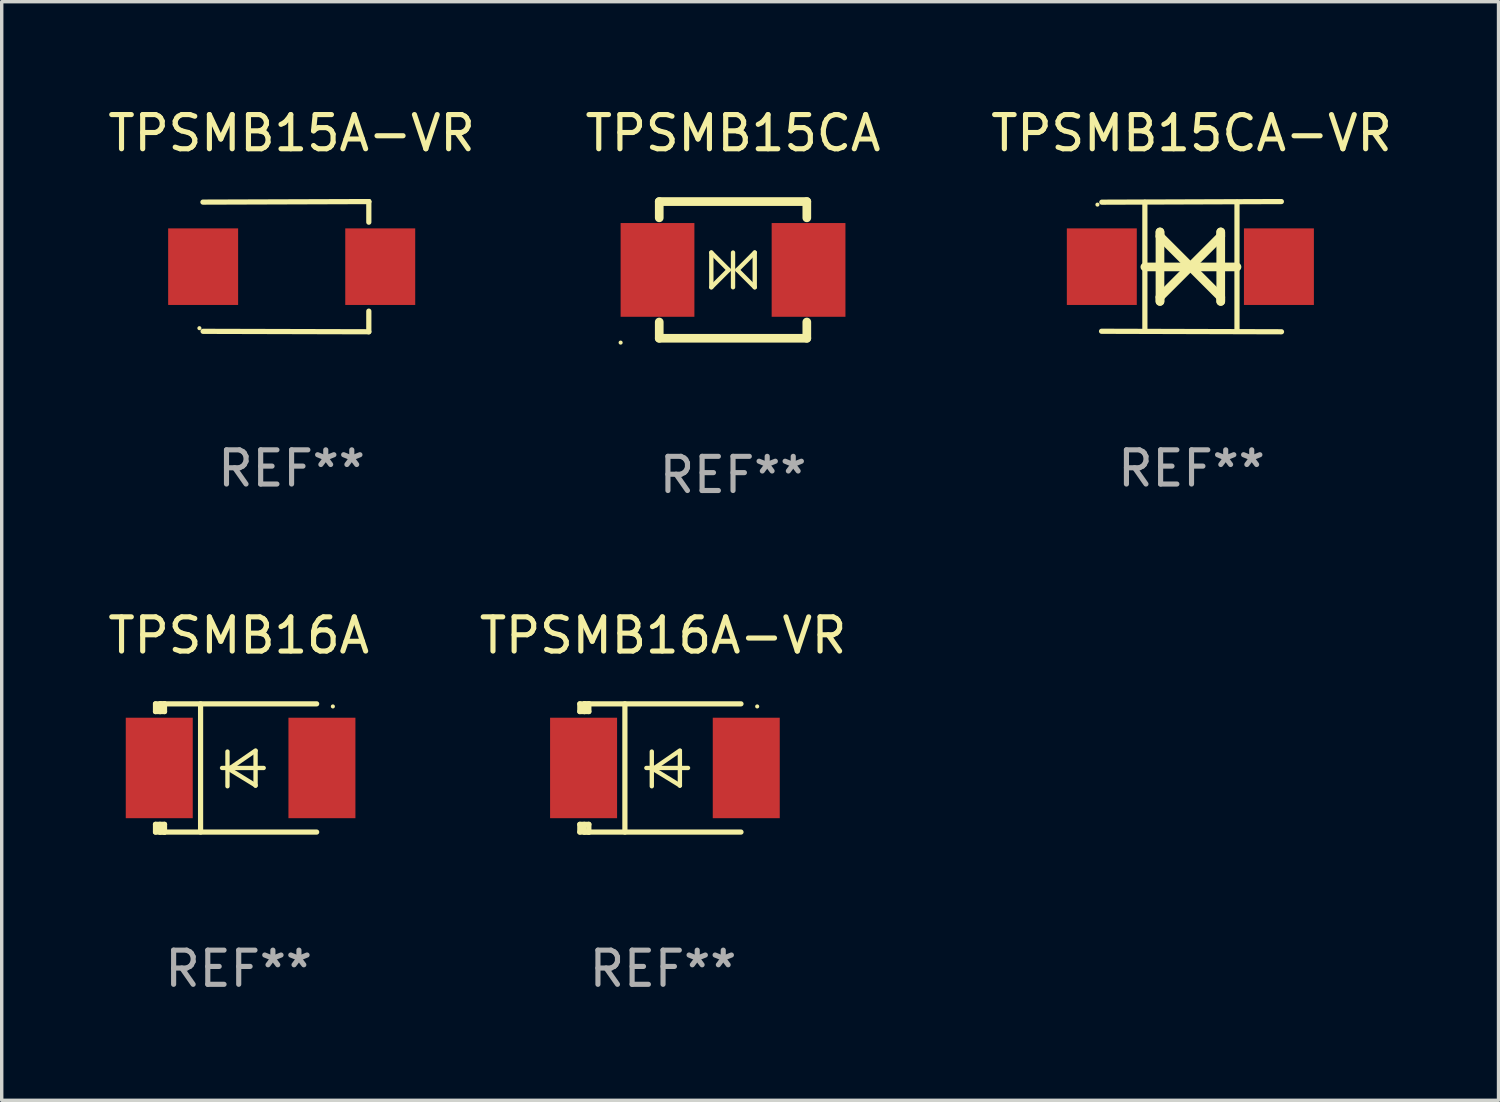
<source format=kicad_pcb>
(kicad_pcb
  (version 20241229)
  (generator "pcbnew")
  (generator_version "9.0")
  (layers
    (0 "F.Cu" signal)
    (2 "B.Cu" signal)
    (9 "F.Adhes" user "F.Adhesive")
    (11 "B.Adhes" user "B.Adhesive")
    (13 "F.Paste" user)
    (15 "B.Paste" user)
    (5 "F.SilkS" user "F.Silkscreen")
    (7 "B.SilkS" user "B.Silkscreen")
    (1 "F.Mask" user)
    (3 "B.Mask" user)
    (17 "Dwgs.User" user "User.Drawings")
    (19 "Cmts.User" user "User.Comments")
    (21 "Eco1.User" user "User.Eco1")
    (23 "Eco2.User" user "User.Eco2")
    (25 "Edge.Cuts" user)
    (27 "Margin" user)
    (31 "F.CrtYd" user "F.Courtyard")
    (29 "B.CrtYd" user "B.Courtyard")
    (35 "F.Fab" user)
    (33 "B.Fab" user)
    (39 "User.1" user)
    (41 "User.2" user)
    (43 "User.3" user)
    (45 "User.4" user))
  (footprint "TPSMB16A-VR"
    (layer "F.Cu")
    (at 16.351 19.421)
    (property "Reference" "TPSMB16A-VR" (at 0 -3.876 0) (layer "F.SilkS") (effects (font (size 1 1) (thickness 0.15))))
    (attr through_hole)
    (fp_line (start -2.435 1.65) (end -2.171 1.65) (stroke (width 0.152) (type solid)) (layer "F.SilkS"))
    (fp_line (start -2.435 1.876) (end -2.435 1.65) (stroke (width 0.152) (type solid)) (layer "F.SilkS"))
    (fp_line (start -2.435 -1.876) (end -2.171 -1.876) (stroke (width 0.152) (type solid)) (layer "F.SilkS"))
    (fp_line (start -2.435 -1.65) (end -2.435 -1.876) (stroke (width 0.152) (type solid)) (layer "F.SilkS"))
    (fp_line (start -2.305 -1.866) (end -2.295 -1.876) (stroke (width 0.152) (type solid)) (layer "F.SilkS"))
    (fp_line (start -2.305 -1.65) (end -2.305 -1.866) (stroke (width 0.152) (type solid)) (layer "F.SilkS"))
    (fp_line (start -2.305 1.876) (end -2.305 1.65) (stroke (width 0.152) (type solid)) (layer "F.SilkS"))
    (fp_line (start -2.295 -1.876) (end -2.295 -1.65) (stroke (width 0.152) (type solid)) (layer "F.SilkS"))
    (fp_line (start -2.171 1.876) (end -2.435 1.876) (stroke (width 0.152) (type solid)) (layer "F.SilkS"))
    (fp_line (start -2.171 -1.65) (end -2.435 -1.65) (stroke (width 0.152) (type solid)) (layer "F.SilkS"))
    (fp_line (start -2.171 -1.876) (end -2.295 -1.876) (stroke (width 0.152) (type solid)) (layer "F.SilkS"))
    (fp_line (start -2.171 -1.65) (end -2.171 -1.876) (stroke (width 0.152) (type solid)) (layer "F.SilkS"))
    (fp_line (start -2.171 1.876) (end -2.305 1.876) (stroke (width 0.152) (type solid)) (layer "F.SilkS"))
    (fp_line (start -2.171 1.876) (end -2.171 1.65) (stroke (width 0.152) (type solid)) (layer "F.SilkS"))
    (fp_line (start -1.116 1.876) (end -1.116 -1.876) (stroke (width 0.152) (type solid)) (layer "F.SilkS"))
    (fp_line (start -0.488 0.000102) (end 0.731 0.000102) (stroke (width 0.127) (type solid)) (layer "F.SilkS"))
    (fp_line (start -0.329 -0.48) (end -0.329 0.536) (stroke (width 0.127) (type solid)) (layer "F.SilkS"))
    (fp_line (start -0.29 0.03) (end 0.493 0.51) (stroke (width 0.127) (type solid)) (layer "F.SilkS"))
    (fp_line (start 0.493 -0.51) (end -0.29 0.03) (stroke (width 0.127) (type solid)) (layer "F.SilkS"))
    (fp_line (start 0.493 0.52) (end 0.493 -0.496) (stroke (width 0.127) (type solid)) (layer "F.SilkS"))
    (fp_line (start 2.281 -1.876) (end -2.171 -1.876) (stroke (width 0.152) (type solid)) (layer "F.SilkS"))
    (fp_line (start 2.281 1.876) (end -2.171 1.876) (stroke (width 0.152) (type solid)) (layer "F.SilkS"))
    (fp_circle (center 2.755 -1.8) (end 2.785 -1.8) (stroke (width 0.06) (type solid)) (fill no) (layer "F.SilkS"))
    (fp_text user "REF**" (at 0 5.876 0) (layer "F.Fab") (effects (font (size 1 1) (thickness 0.15))))
    (pad "1" smd rect (at 2.435 -0.000025 180) (size 1.96 2.94) (layers "F.Cu" "F.Mask" "F.Paste"))
    (pad "2" smd rect (at -2.325 -0.000025 180) (size 1.96 2.94) (layers "F.Cu" "F.Mask" "F.Paste")))
  (footprint "TPSMB15A-VR"
    (layer "F.Cu")
    (at 5.482 4.753)
    (property "Reference" "TPSMB15A-VR" (at 0 -3.905 0) (layer "F.SilkS") (effects (font (size 1 1) (thickness 0.15))))
    (attr through_hole)
    (fp_line (start 2.256 -1.905) (end -2.594 -1.889) (stroke (width 0.152) (type solid)) (layer "F.SilkS"))
    (fp_line (start 2.256 -1.905) (end 2.26 -1.905) (stroke (width 0.152) (type solid)) (layer "F.SilkS"))
    (fp_line (start 2.26 -1.905) (end 2.26 -1.301) (stroke (width 0.152) (type solid)) (layer "F.SilkS"))
    (fp_line (start 2.26 1.301) (end 2.26 1.905) (stroke (width 0.152) (type solid)) (layer "F.SilkS"))
    (fp_line (start 2.26 1.905) (end -2.59 1.892) (stroke (width 0.152) (type solid)) (layer "F.SilkS"))
    (fp_circle (center -2.697 1.8) (end -2.667 1.8) (stroke (width 0.06) (type solid)) (fill no) (layer "F.SilkS"))
    (fp_text user "REF**" (at 0 5.905 0) (layer "F.Fab") (effects (font (size 1 1) (thickness 0.15))))
    (pad "1" smd rect (at -2.588 0) (size 2.047 2.241) (layers "F.Cu" "F.Mask" "F.Paste"))
    (pad "2" smd rect (at 2.594 0) (size 2.047 2.241) (layers "F.Cu" "F.Mask" "F.Paste")))
  (footprint "TPSMB15CA-VR"
    (layer "F.Cu")
    (at 31.815 4.753)
    (property "Reference" "TPSMB15CA-VR" (at 0 -3.905 0) (layer "F.SilkS") (effects (font (size 1 1) (thickness 0.15))))
    (attr through_hole)
    (fp_line (start -1.365 1.886) (end -1.365 -1.886) (stroke (width 0.152) (type solid)) (layer "F.SilkS"))
    (fp_line (start -1.365 0.008) (end 1.33 0.008) (stroke (width 0.254) (type solid)) (layer "F.SilkS"))
    (fp_line (start -0.923 -1.016) (end -0.923 1.016) (stroke (width 0.254) (type solid)) (layer "F.SilkS"))
    (fp_line (start -0.923 -0.889) (end -0.923 -1.016) (stroke (width 0.254) (type solid)) (layer "F.SilkS"))
    (fp_line (start -0.923 0.889) (end -0.034 0) (stroke (width 0.254) (type solid)) (layer "F.SilkS"))
    (fp_line (start -0.923 1.016) (end -0.923 0.889) (stroke (width 0.254) (type solid)) (layer "F.SilkS"))
    (fp_line (start -0.034 0) (end -0.923 -0.889) (stroke (width 0.254) (type solid)) (layer "F.SilkS"))
    (fp_line (start -0.034 0) (end 0.855 0.889) (stroke (width 0.254) (type solid)) (layer "F.SilkS"))
    (fp_line (start 0.855 -1.016) (end 0.855 -0.889) (stroke (width 0.254) (type solid)) (layer "F.SilkS"))
    (fp_line (start 0.855 -0.889) (end -0.034 0) (stroke (width 0.254) (type solid)) (layer "F.SilkS"))
    (fp_line (start 0.855 0.889) (end 0.855 1.016) (stroke (width 0.254) (type solid)) (layer "F.SilkS"))
    (fp_line (start 0.855 1.016) (end 0.855 -1.016) (stroke (width 0.254) (type solid)) (layer "F.SilkS"))
    (fp_line (start 1.33 1.886) (end 1.33 -1.886) (stroke (width 0.152) (type solid)) (layer "F.SilkS"))
    (fp_line (start 2.629 -1.905) (end -2.625 -1.887) (stroke (width 0.152) (type solid)) (layer "F.SilkS"))
    (fp_line (start 2.633 1.905) (end -2.633 1.89) (stroke (width 0.152) (type solid)) (layer "F.SilkS"))
    (fp_circle (center -2.753 -1.816) (end -2.723 -1.816) (stroke (width 0.06) (type solid)) (fill no) (layer "F.SilkS"))
    (fp_text user "REF**" (at 0 5.905 0) (layer "F.Fab") (effects (font (size 1 1) (thickness 0.15))))
    (pad "1" smd rect (at -2.625 0) (size 2.047 2.241) (layers "F.Cu" "F.Mask" "F.Paste"))
    (pad "2" smd rect (at 2.557 0) (size 2.047 2.241) (layers "F.Cu" "F.Mask" "F.Paste")))
  (footprint "TPSMB15CA"
    (layer "F.Cu")
    (at 18.399 4.848)
    (property "Reference" "TPSMB15CA" (at 0 -4 0) (layer "F.SilkS") (effects (font (size 1 1) (thickness 0.15))))
    (attr through_hole)
    (fp_line (start -2.159 -2) (end 2.159 -2) (stroke (width 0.254) (type solid)) (layer "F.SilkS"))
    (fp_line (start -2.159 -1.524) (end -2.159 -2) (stroke (width 0.254) (type solid)) (layer "F.SilkS"))
    (fp_line (start -2.159 1.524) (end -2.159 2) (stroke (width 0.254) (type solid)) (layer "F.SilkS"))
    (fp_line (start -2.159 2) (end 2.159 2) (stroke (width 0.254) (type solid)) (layer "F.SilkS"))
    (fp_line (start -0.635 -0.508) (end -0.127 0) (stroke (width 0.127) (type solid)) (layer "F.SilkS"))
    (fp_line (start -0.635 0.508) (end -0.635 -0.508) (stroke (width 0.127) (type solid)) (layer "F.SilkS"))
    (fp_line (start -0.127 0) (end -0.635 0.508) (stroke (width 0.127) (type solid)) (layer "F.SilkS"))
    (fp_line (start 0 0.508) (end 0 -0.508) (stroke (width 0.127) (type solid)) (layer "F.SilkS"))
    (fp_line (start 0.127 0) (end 0.635 -0.508) (stroke (width 0.127) (type solid)) (layer "F.SilkS"))
    (fp_line (start 0.635 -0.508) (end 0.635 0.508) (stroke (width 0.127) (type solid)) (layer "F.SilkS"))
    (fp_line (start 0.635 0.508) (end 0.127 0) (stroke (width 0.127) (type solid)) (layer "F.SilkS"))
    (fp_line (start 2.159 -2) (end 2.159 -1.524) (stroke (width 0.254) (type solid)) (layer "F.SilkS"))
    (fp_line (start 2.159 2) (end 2.159 1.524) (stroke (width 0.254) (type solid)) (layer "F.SilkS"))
    (fp_circle (center -3.289 2.127) (end -3.259 2.127) (stroke (width 0.06) (type solid)) (fill no) (layer "F.SilkS"))
    (fp_text user "REF**" (at 0 6 0) (layer "F.Fab") (effects (font (size 1 1) (thickness 0.15))))
    (pad "1" smd rect (at -2.21 0 180) (size 2.159 2.743) (layers "F.Cu" "F.Mask" "F.Paste"))
    (pad "2" smd rect (at 2.21 0 180) (size 2.159 2.743) (layers "F.Cu" "F.Mask" "F.Paste")))
  (footprint "TPSMB16A"
    (layer "F.Cu")
    (at 3.935 19.421)
    (property "Reference" "TPSMB16A" (at 0 -3.876 0) (layer "F.SilkS") (effects (font (size 1 1) (thickness 0.15))))
    (attr through_hole)
    (fp_line (start -2.435 1.65) (end -2.171 1.65) (stroke (width 0.152) (type solid)) (layer "F.SilkS"))
    (fp_line (start -2.435 1.876) (end -2.435 1.65) (stroke (width 0.152) (type solid)) (layer "F.SilkS"))
    (fp_line (start -2.435 -1.876) (end -2.171 -1.876) (stroke (width 0.152) (type solid)) (layer "F.SilkS"))
    (fp_line (start -2.435 -1.65) (end -2.435 -1.876) (stroke (width 0.152) (type solid)) (layer "F.SilkS"))
    (fp_line (start -2.305 -1.866) (end -2.295 -1.876) (stroke (width 0.152) (type solid)) (layer "F.SilkS"))
    (fp_line (start -2.305 -1.65) (end -2.305 -1.866) (stroke (width 0.152) (type solid)) (layer "F.SilkS"))
    (fp_line (start -2.305 1.876) (end -2.305 1.65) (stroke (width 0.152) (type solid)) (layer "F.SilkS"))
    (fp_line (start -2.295 -1.876) (end -2.295 -1.65) (stroke (width 0.152) (type solid)) (layer "F.SilkS"))
    (fp_line (start -2.171 1.876) (end -2.435 1.876) (stroke (width 0.152) (type solid)) (layer "F.SilkS"))
    (fp_line (start -2.171 -1.65) (end -2.435 -1.65) (stroke (width 0.152) (type solid)) (layer "F.SilkS"))
    (fp_line (start -2.171 -1.876) (end -2.295 -1.876) (stroke (width 0.152) (type solid)) (layer "F.SilkS"))
    (fp_line (start -2.171 -1.65) (end -2.171 -1.876) (stroke (width 0.152) (type solid)) (layer "F.SilkS"))
    (fp_line (start -2.171 1.876) (end -2.305 1.876) (stroke (width 0.152) (type solid)) (layer "F.SilkS"))
    (fp_line (start -2.171 1.876) (end -2.171 1.65) (stroke (width 0.152) (type solid)) (layer "F.SilkS"))
    (fp_line (start -1.116 1.876) (end -1.116 -1.876) (stroke (width 0.152) (type solid)) (layer "F.SilkS"))
    (fp_line (start -0.488 0.000102) (end 0.731 0.000102) (stroke (width 0.127) (type solid)) (layer "F.SilkS"))
    (fp_line (start -0.329 -0.48) (end -0.329 0.536) (stroke (width 0.127) (type solid)) (layer "F.SilkS"))
    (fp_line (start -0.29 0.03) (end 0.493 0.51) (stroke (width 0.127) (type solid)) (layer "F.SilkS"))
    (fp_line (start 0.493 -0.51) (end -0.29 0.03) (stroke (width 0.127) (type solid)) (layer "F.SilkS"))
    (fp_line (start 0.493 0.52) (end 0.493 -0.496) (stroke (width 0.127) (type solid)) (layer "F.SilkS"))
    (fp_line (start 2.281 -1.876) (end -2.171 -1.876) (stroke (width 0.152) (type solid)) (layer "F.SilkS"))
    (fp_line (start 2.281 1.876) (end -2.171 1.876) (stroke (width 0.152) (type solid)) (layer "F.SilkS"))
    (fp_circle (center 2.755 -1.8) (end 2.785 -1.8) (stroke (width 0.06) (type solid)) (fill no) (layer "F.SilkS"))
    (fp_text user "REF**" (at 0 5.876 0) (layer "F.Fab") (effects (font (size 1 1) (thickness 0.15))))
    (pad "1" smd rect (at 2.435 -0.000025 180) (size 1.96 2.94) (layers "F.Cu" "F.Mask" "F.Paste"))
    (pad "2" smd rect (at -2.325 -0.000025 180) (size 1.96 2.94) (layers "F.Cu" "F.Mask" "F.Paste")))
  (gr_rect
    (start -3 -3)
    (end 40.798 29.146)
    (stroke (width 0.1) (type default))
    (fill no)
    (layer "Edge.Cuts")))
</source>
